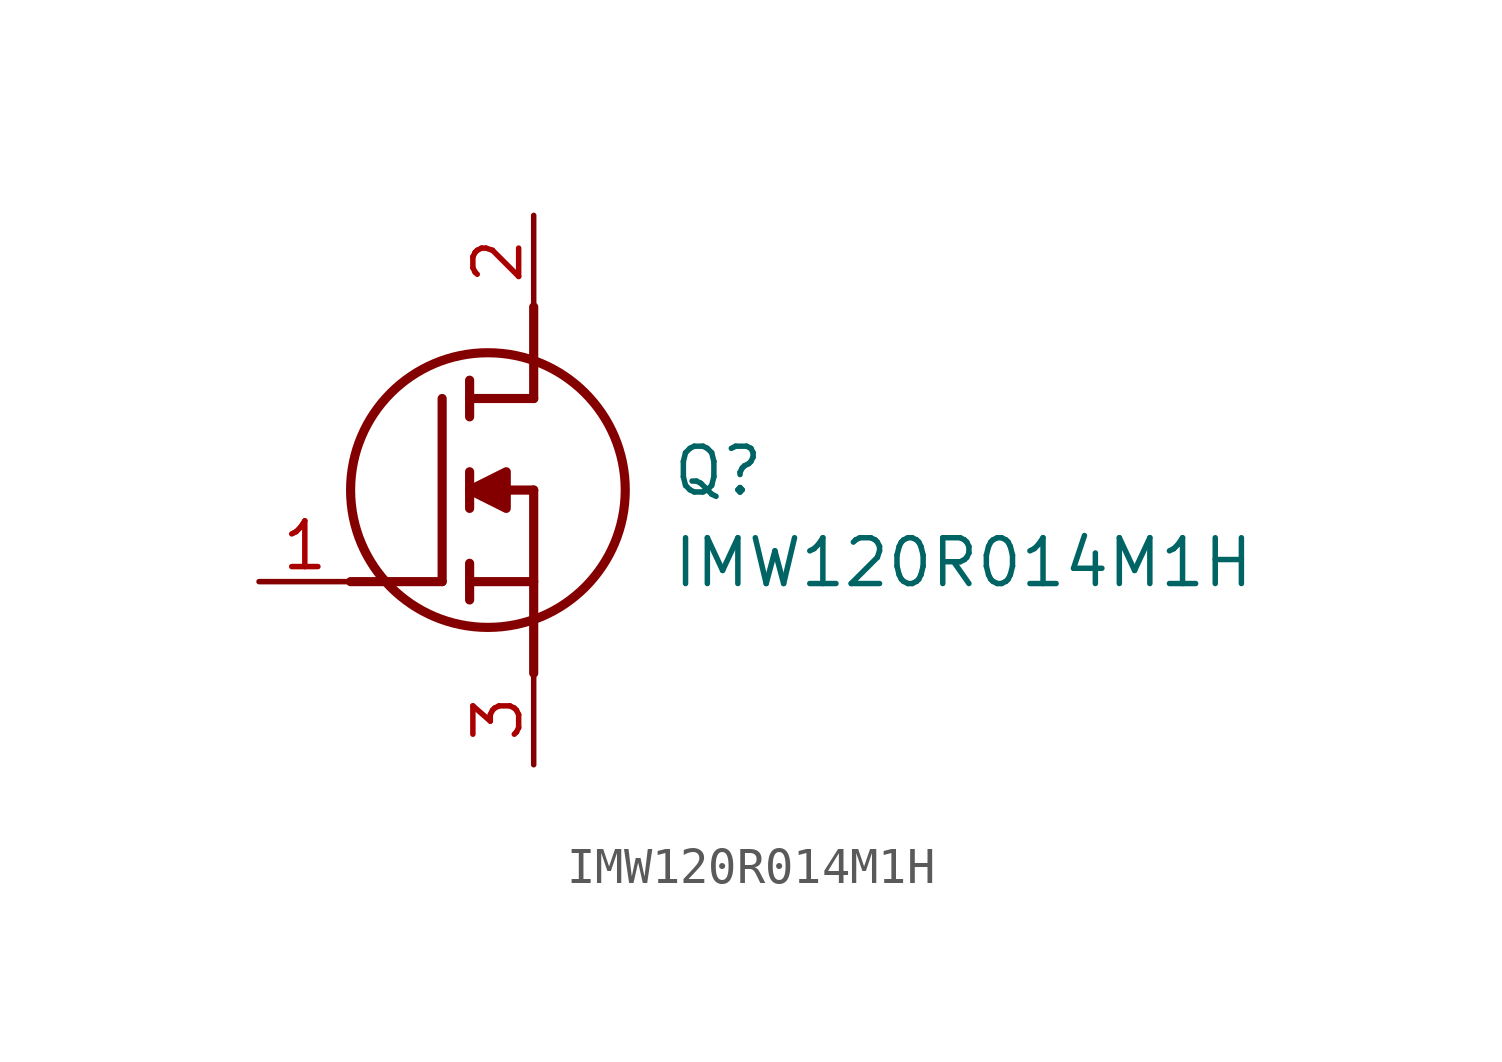
<source format=kicad_sym>
(kicad_symbol_lib
  (version 20211014)
  (generator SamacSys_ECAD_Model)
  (symbol "IMW120R014M1H"
    (pin_names hide)
    (property "Reference" "Q"
      (at 11.43 3.81 0)
      (effects (font (size 1.27 1.27)) (justify left top)))
    (property "Value" "IMW120R014M1H"
      (at 11.43 1.27 0)
      (effects (font (size 1.27 1.27)) (justify left top)))
    (polyline
      (pts (xy 7.62 2.54) (xy 7.62 -2.54))
      (stroke (width 0.254) (type default))
      (fill (type none)))
    (polyline
      (pts (xy 7.62 5.08) (xy 7.62 7.62))
      (stroke (width 0.254) (type default))
      (fill (type none)))
    (polyline
      (pts (xy 2.54 0) (xy 5.08 0))
      (stroke (width 0.254) (type default))
      (fill (type none)))
    (polyline
      (pts (xy 5.08 5.08) (xy 5.08 0))
      (stroke (width 0.254) (type default))
      (fill (type none)))
    (polyline
      (pts (xy 7.62 2.54) (xy 5.842 2.54))
      (stroke (width 0.254) (type default))
      (fill (type none)))
    (polyline
      (pts (xy 7.62 5.08) (xy 5.842 5.08))
      (stroke (width 0.254) (type default))
      (fill (type none)))
    (polyline
      (pts (xy 5.842 0) (xy 7.62 0))
      (stroke (width 0.254) (type default))
      (fill (type none)))
    (polyline
      (pts (xy 5.842 5.588) (xy 5.842 4.572))
      (stroke (width 0.254) (type default))
      (fill (type none)))
    (polyline
      (pts (xy 5.842 -0.508) (xy 5.842 0.508))
      (stroke (width 0.254) (type default))
      (fill (type none)))
    (polyline
      (pts (xy 5.842 2.032) (xy 5.842 3.048))
      (stroke (width 0.254) (type default))
      (fill (type none)))
    (circle
      (center 6.35 2.54)
      (radius 3.81)
      (stroke (width 0.254) (type default))
      (fill (type none)))
    (polyline
      (pts (xy 5.842 2.54) (xy 6.858 3.048) (xy 6.858 2.032) (xy 5.842 2.54))
      (stroke (width 0.254) (type default))
      (fill (type outline)))
    (pin passive line
      (at 0 0 0)
      (length 2.54)
      (name "G" (effects (font (size 1.27 1.27))))
      (number "1" (effects (font (size 1.27 1.27)))))
    (pin passive line
      (at 7.62 10.16 270)
      (length 2.54)
      (name "D" (effects (font (size 1.27 1.27))))
      (number "2" (effects (font (size 1.27 1.27)))))
    (pin passive line
      (at 7.62 -5.08 90)
      (length 2.54)
      (name "S" (effects (font (size 1.27 1.27))))
      (number "3" (effects (font (size 1.27 1.27)))))))
</source>
